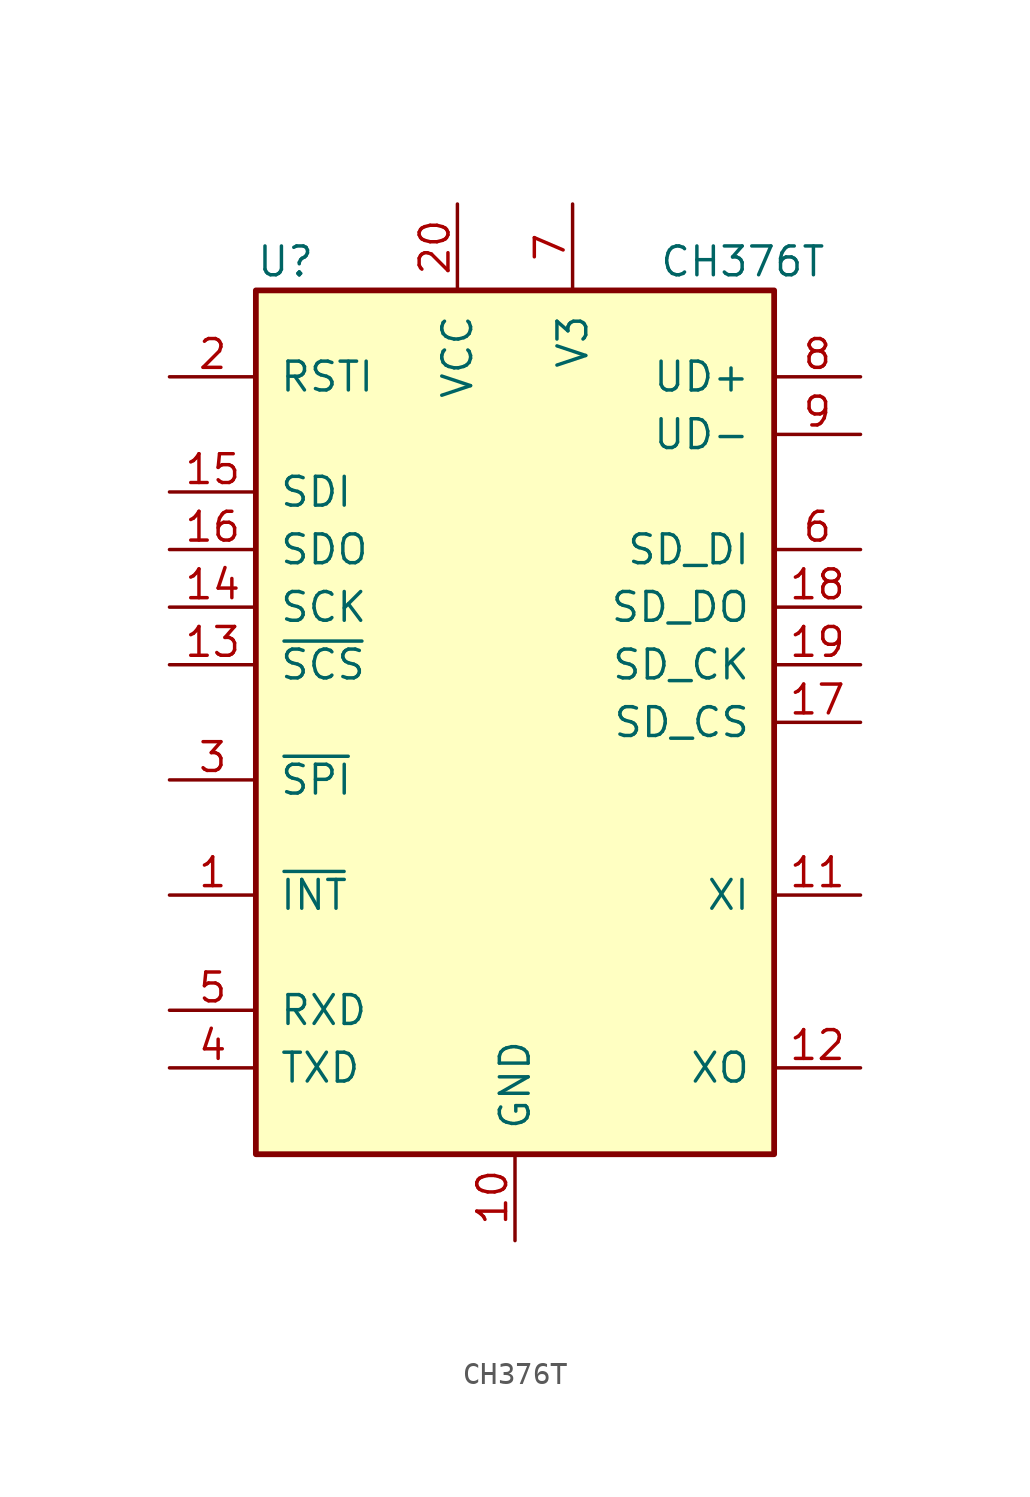
<source format=kicad_sym>
(kicad_symbol_lib
  (version 20201005)
  (generator kicad_symbol_editor)
  (symbol "CH376T"
    (pin_names
      (offset 1.016))
    (property "Reference" "U"
      (at -11.43 20.32 0)
      (effects (font (size 1.27 1.27)) (justify left)))
    (property "Value" "CH376T"
      (at 6.35 20.32 0)
      (effects (font (size 1.27 1.27)) (justify left)))
    (symbol "CH376T_0_1"
      (rectangle (start -11.43 19.05) (end 11.43 -19.05) (stroke (width 0.254)) (fill (type background))))
    (symbol "CH376T_1_1"
      (pin output line (at -15.24 -7.62 0) (length 3.81) (name "~INT~" (effects (font (size 1.27 1.27)))) (number "1" (effects (font (size 1.27 1.27)))))
      (pin input line (at -15.24 15.24 0) (length 3.81) (name "RSTI" (effects (font (size 1.27 1.27)))) (number "2" (effects (font (size 1.27 1.27)))))
      (pin input line (at -15.24 -2.54 0) (length 3.81) (name "~SPI~" (effects (font (size 1.27 1.27)))) (number "3" (effects (font (size 1.27 1.27)))))
      (pin input line (at -15.24 -15.24 0) (length 3.81) (name "TXD" (effects (font (size 1.27 1.27)))) (number "4" (effects (font (size 1.27 1.27)))))
      (pin bidirectional line (at -15.24 -12.7 0) (length 3.81) (name "RXD" (effects (font (size 1.27 1.27)))) (number "5" (effects (font (size 1.27 1.27)))))
      (pin input line (at 15.24 7.62 180) (length 3.81) (name "SD_DI" (effects (font (size 1.27 1.27)))) (number "6" (effects (font (size 1.27 1.27)))))
      (pin power_in line (at 2.54 22.86 270) (length 3.81) (name "V3" (effects (font (size 1.27 1.27)))) (number "7" (effects (font (size 1.27 1.27)))))
      (pin bidirectional line (at 15.24 15.24 180) (length 3.81) (name "UD+" (effects (font (size 1.27 1.27)))) (number "8" (effects (font (size 1.27 1.27)))))
      (pin bidirectional line (at 15.24 12.7 180) (length 3.81) (name "UD-" (effects (font (size 1.27 1.27)))) (number "9" (effects (font (size 1.27 1.27)))))
      (pin power_in line (at 0 -22.86 90) (length 3.81) (name "GND" (effects (font (size 1.27 1.27)))) (number "10" (effects (font (size 1.27 1.27)))))
      (pin power_in line (at -2.54 22.86 270) (length 3.81) (name "VCC" (effects (font (size 1.27 1.27)))) (number "20" (effects (font (size 1.27 1.27)))))
      (pin input line (at 15.24 -7.62 180) (length 3.81) (name "XI" (effects (font (size 1.27 1.27)))) (number "11" (effects (font (size 1.27 1.27)))))
      (pin output line (at 15.24 -15.24 180) (length 3.81) (name "XO" (effects (font (size 1.27 1.27)))) (number "12" (effects (font (size 1.27 1.27)))))
      (pin input line (at -15.24 2.54 0) (length 3.81) (name "~SCS" (effects (font (size 1.27 1.27)))) (number "13" (effects (font (size 1.27 1.27)))))
      (pin input line (at -15.24 5.08 0) (length 3.81) (name "SCK" (effects (font (size 1.27 1.27)))) (number "14" (effects (font (size 1.27 1.27)))))
      (pin input line (at -15.24 10.16 0) (length 3.81) (name "SDI" (effects (font (size 1.27 1.27)))) (number "15" (effects (font (size 1.27 1.27)))))
      (pin output line (at -15.24 7.62 0) (length 3.81) (name "SDO" (effects (font (size 1.27 1.27)))) (number "16" (effects (font (size 1.27 1.27)))))
      (pin open_collector line (at 15.24 0 180) (length 3.81) (name "SD_CS" (effects (font (size 1.27 1.27)))) (number "17" (effects (font (size 1.27 1.27)))))
      (pin output line (at 15.24 5.08 180) (length 3.81) (name "SD_DO" (effects (font (size 1.27 1.27)))) (number "18" (effects (font (size 1.27 1.27)))))
      (pin output line (at 15.24 2.54 180) (length 3.81) (name "SD_CK" (effects (font (size 1.27 1.27)))) (number "19" (effects (font (size 1.27 1.27))))))))
</source>
